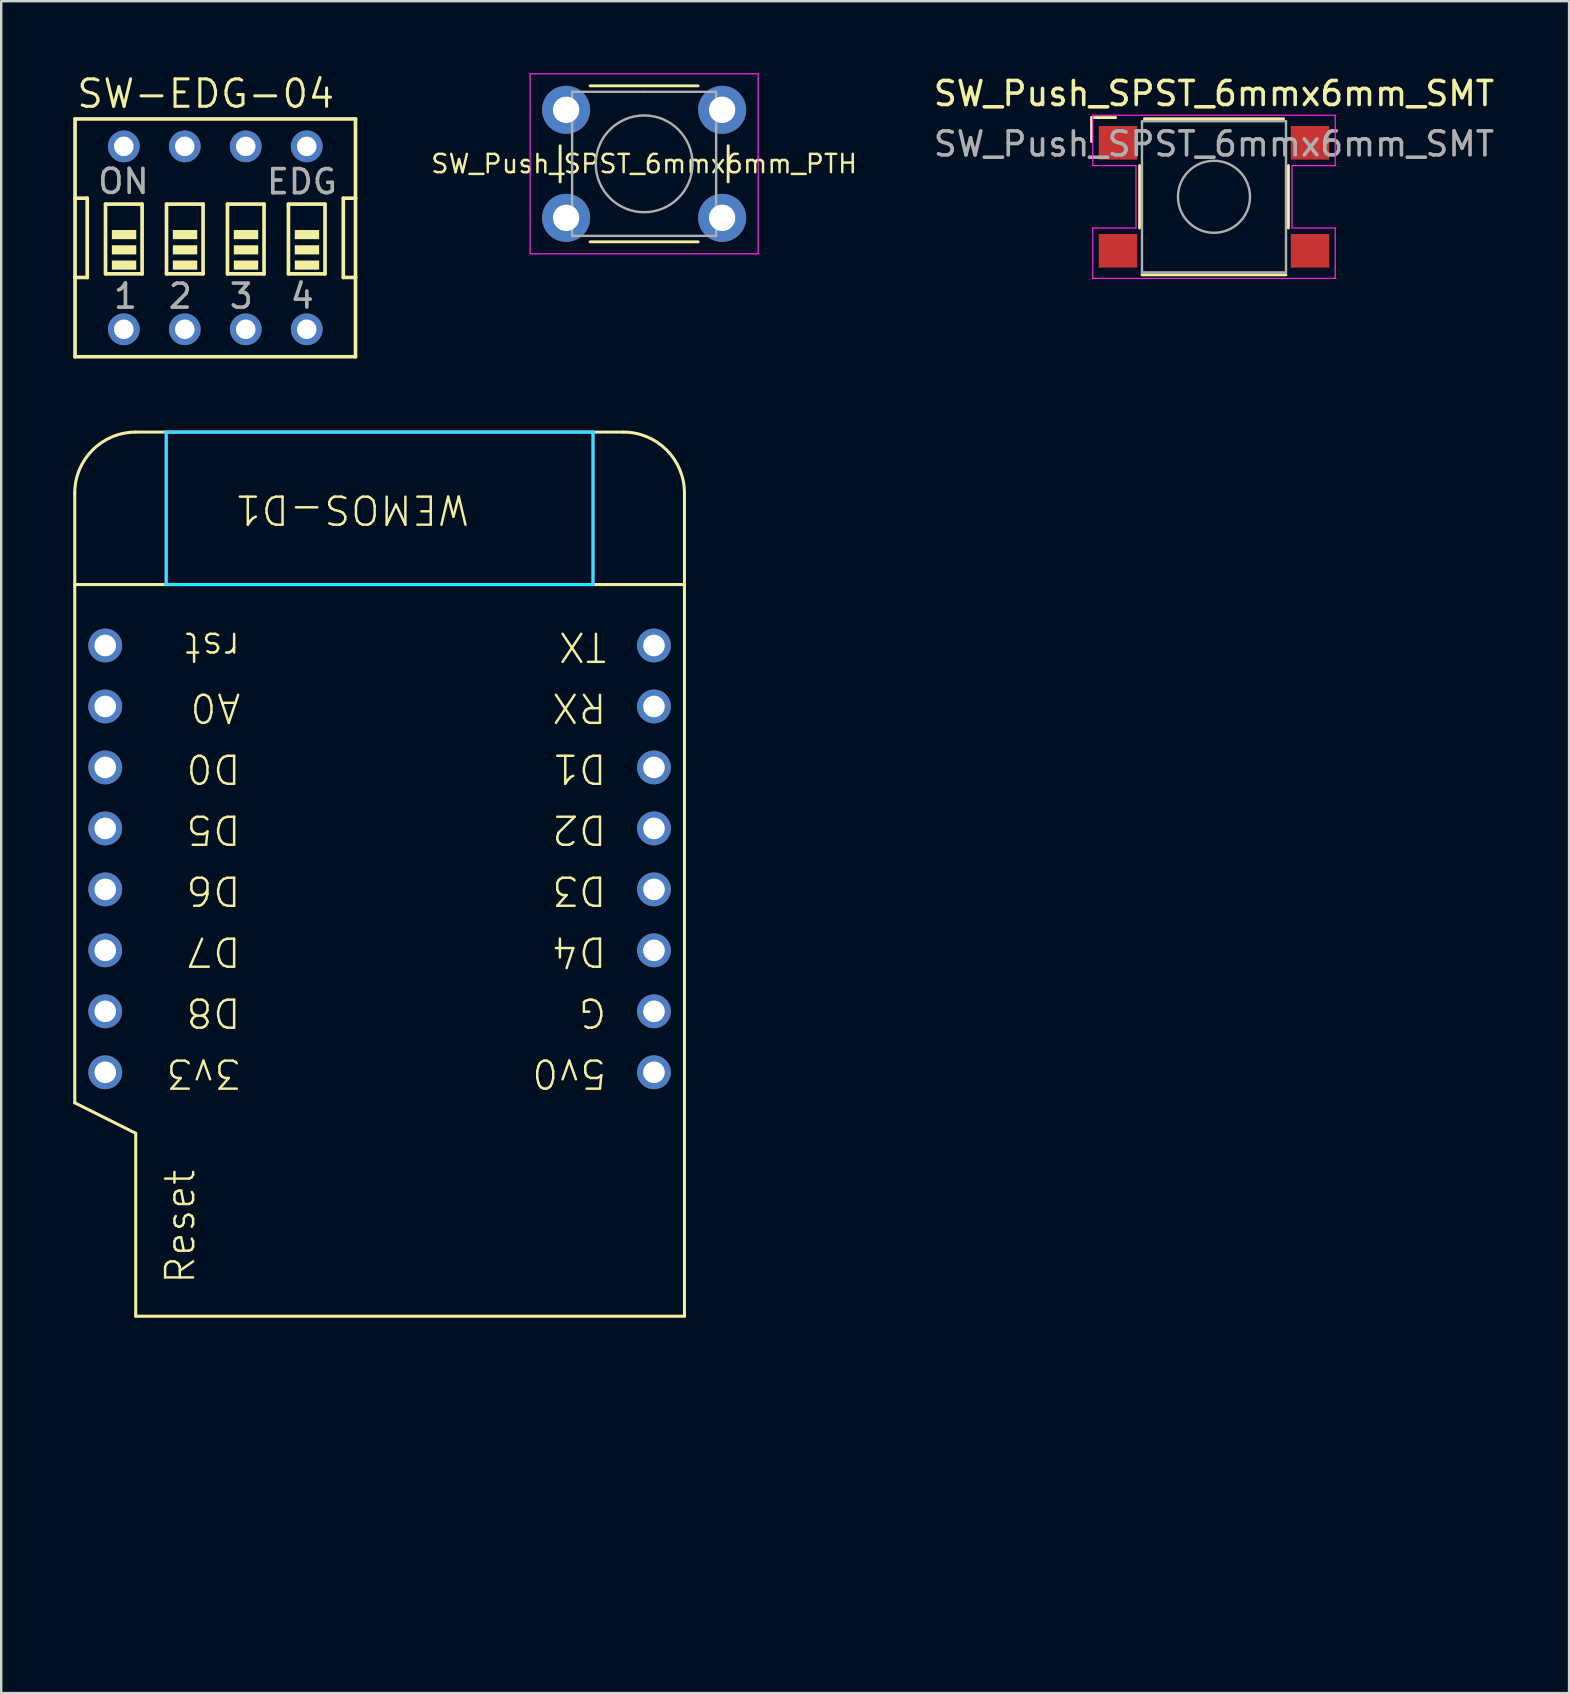
<source format=kicad_pcb>
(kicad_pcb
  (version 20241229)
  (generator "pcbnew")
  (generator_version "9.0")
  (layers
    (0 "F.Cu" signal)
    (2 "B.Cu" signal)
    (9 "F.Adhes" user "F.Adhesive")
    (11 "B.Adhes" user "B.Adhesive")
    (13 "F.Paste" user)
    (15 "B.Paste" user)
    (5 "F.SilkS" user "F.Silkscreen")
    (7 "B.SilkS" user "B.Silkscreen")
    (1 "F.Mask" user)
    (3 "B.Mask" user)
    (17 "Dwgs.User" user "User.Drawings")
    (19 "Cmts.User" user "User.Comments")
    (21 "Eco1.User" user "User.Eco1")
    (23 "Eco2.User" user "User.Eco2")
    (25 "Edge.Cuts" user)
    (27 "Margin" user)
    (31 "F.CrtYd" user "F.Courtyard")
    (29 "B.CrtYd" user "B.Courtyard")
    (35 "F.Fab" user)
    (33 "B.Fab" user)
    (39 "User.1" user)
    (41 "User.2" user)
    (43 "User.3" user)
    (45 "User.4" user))
  (footprint "WEMOS-D1"
    (layer "F.Cu")
    (at 12.764 34.001)
    (property "Reference" "WEMOS-D1" (at 3.81 -16.51 180) (unlocked yes) (layer "F.SilkS") (effects (font (size 1.168 1.168) (thickness 0.102)) (justify left bottom)))
    (fp_line (start -12.7 -16.51) (end -12.7 -12.7) (stroke (width 0.127) (type solid)) (layer "F.SilkS"))
    (fp_line (start -12.7 -12.7) (end -12.7 8.89) (stroke (width 0.127) (type solid)) (layer "F.SilkS"))
    (fp_line (start -12.7 -12.7) (end 12.7 -12.7) (stroke (width 0.127) (type solid)) (layer "F.SilkS"))
    (fp_line (start -12.7 8.89) (end -10.16 10.16) (stroke (width 0.127) (type solid)) (layer "F.SilkS"))
    (fp_line (start -10.16 -19.05) (end 10.16 -19.05) (stroke (width 0.127) (type solid)) (layer "F.SilkS"))
    (fp_line (start -10.16 10.16) (end -10.16 17.78) (stroke (width 0.127) (type solid)) (layer "F.SilkS"))
    (fp_line (start 12.7 -16.51) (end 12.7 -12.7) (stroke (width 0.127) (type solid)) (layer "F.SilkS"))
    (fp_line (start 12.7 -12.7) (end 12.7 17.78) (stroke (width 0.127) (type solid)) (layer "F.SilkS"))
    (fp_line (start 12.7 17.78) (end -10.16 17.78) (stroke (width 0.127) (type solid)) (layer "F.SilkS"))
    (fp_arc (start -12.7 -16.51) (mid -11.956051 -18.306051) (end -10.16 -19.05) (stroke (width 0.127) (type solid)) (layer "F.SilkS"))
    (fp_arc (start 10.16 -19.05) (mid 11.956051 -18.306051) (end 12.7 -16.51) (stroke (width 0.127) (type solid)) (layer "F.SilkS"))
    (fp_line (start -8.89 -19.05) (end -8.89 -12.7) (stroke (width 0.127) (type solid)) (layer "B.CrtYd"))
    (fp_line (start -8.89 -12.7) (end 8.89 -12.7) (stroke (width 0.127) (type solid)) (layer "B.CrtYd"))
    (fp_line (start 8.89 -19.05) (end -8.89 -19.05) (stroke (width 0.127) (type solid)) (layer "B.CrtYd"))
    (fp_line (start 8.89 -12.7) (end 8.89 -19.05) (stroke (width 0.127) (type solid)) (layer "B.CrtYd"))
    (fp_line (start -8.89 -19.05) (end 8.89 -19.05) (stroke (width 0.127) (type solid)) (layer "F.CrtYd"))
    (fp_line (start -8.89 -12.7) (end -8.89 -19.05) (stroke (width 0.127) (type solid)) (layer "F.CrtYd"))
    (fp_line (start 8.89 -19.05) (end 8.89 -12.7) (stroke (width 0.127) (type solid)) (layer "F.CrtYd"))
    (fp_line (start 8.89 -12.7) (end -8.89 -12.7) (stroke (width 0.127) (type solid)) (layer "F.CrtYd"))
    (fp_text user "G" (at 9.525 4.445 180) (unlocked yes) (layer "F.SilkS") (effects (font (size 1.168 1.168) (thickness 0.102)) (justify left bottom)))
    (fp_text user "D0" (at -5.715 -5.715 180) (unlocked yes) (layer "F.SilkS") (effects (font (size 1.168 1.168) (thickness 0.102)) (justify left bottom)))
    (fp_text user "D6" (at -5.715 -0.635 180) (unlocked yes) (layer "F.SilkS") (effects (font (size 1.168 1.168) (thickness 0.102)) (justify left bottom)))
    (fp_text user "D4" (at 9.525 1.905 180) (unlocked yes) (layer "F.SilkS") (effects (font (size 1.168 1.168) (thickness 0.102)) (justify left bottom)))
    (fp_text user "RX" (at 9.525 -8.255 180) (unlocked yes) (layer "F.SilkS") (effects (font (size 1.168 1.168) (thickness 0.102)) (justify left bottom)))
    (fp_text user "3v3" (at -5.715 6.985 180) (unlocked yes) (layer "F.SilkS") (effects (font (size 1.168 1.168) (thickness 0.102)) (justify left bottom)))
    (fp_text user "D8" (at -5.715 4.445 180) (unlocked yes) (layer "F.SilkS") (effects (font (size 1.168 1.168) (thickness 0.102)) (justify left bottom)))
    (fp_text user "TX" (at 9.525 -10.795 180) (unlocked yes) (layer "F.SilkS") (effects (font (size 1.168 1.168) (thickness 0.102)) (justify left bottom)))
    (fp_text user "D2" (at 9.525 -3.175 180) (unlocked yes) (layer "F.SilkS") (effects (font (size 1.168 1.168) (thickness 0.102)) (justify left bottom)))
    (fp_text user "5v0" (at 9.525 6.985 180) (unlocked yes) (layer "F.SilkS") (effects (font (size 1.168 1.168) (thickness 0.102)) (justify left bottom)))
    (fp_text user "D3" (at 9.525 -0.635 180) (unlocked yes) (layer "F.SilkS") (effects (font (size 1.168 1.168) (thickness 0.102)) (justify left bottom)))
    (fp_text user "D7" (at -5.715 1.905 180) (unlocked yes) (layer "F.SilkS") (effects (font (size 1.168 1.168) (thickness 0.102)) (justify left bottom)))
    (fp_text user "Reset" (at -7.62 16.51 90) (unlocked yes) (layer "F.SilkS") (effects (font (size 1.168 1.168) (thickness 0.102)) (justify left bottom)))
    (fp_text user "A0" (at -5.715 -8.255 180) (unlocked yes) (layer "F.SilkS") (effects (font (size 1.168 1.168) (thickness 0.102)) (justify left bottom)))
    (fp_text user "rst" (at -5.715 -10.795 180) (unlocked yes) (layer "F.SilkS") (effects (font (size 1.168 1.168) (thickness 0.102)) (justify left bottom)))
    (fp_text user "D5" (at -5.715 -3.175 180) (unlocked yes) (layer "F.SilkS") (effects (font (size 1.168 1.168) (thickness 0.102)) (justify left bottom)))
    (fp_text user "D1" (at 9.525 -5.715 180) (unlocked yes) (layer "F.SilkS") (effects (font (size 1.168 1.168) (thickness 0.102)) (justify left bottom)))
    (pad "3V3" thru_hole circle (at -11.43 7.62) (size 1.408 1.408) (drill 0.9) (layers "*.Cu" "*.Mask"))
    (pad "5V" thru_hole circle (at 11.43 7.62) (size 1.408 1.408) (drill 0.9) (layers "*.Cu" "*.Mask"))
    (pad "A0" thru_hole circle (at -11.43 -7.62) (size 1.408 1.408) (drill 0.9) (layers "*.Cu" "*.Mask"))
    (pad "D0" thru_hole circle (at -11.43 -5.08) (size 1.408 1.408) (drill 0.9) (layers "*.Cu" "*.Mask"))
    (pad "D1" thru_hole circle (at 11.43 -5.08) (size 1.408 1.408) (drill 0.9) (layers "*.Cu" "*.Mask"))
    (pad "D2" thru_hole circle (at 11.43 -2.54) (size 1.408 1.408) (drill 0.9) (layers "*.Cu" "*.Mask"))
    (pad "D3" thru_hole circle (at 11.43 0) (size 1.408 1.408) (drill 0.9) (layers "*.Cu" "*.Mask"))
    (pad "D4" thru_hole circle (at 11.43 2.54) (size 1.408 1.408) (drill 0.9) (layers "*.Cu" "*.Mask"))
    (pad "D5" thru_hole circle (at -11.43 -2.54) (size 1.408 1.408) (drill 0.9) (layers "*.Cu" "*.Mask"))
    (pad "D6" thru_hole circle (at -11.43 0) (size 1.408 1.408) (drill 0.9) (layers "*.Cu" "*.Mask"))
    (pad "D7" thru_hole circle (at -11.43 2.54) (size 1.408 1.408) (drill 0.9) (layers "*.Cu" "*.Mask"))
    (pad "D8" thru_hole circle (at -11.43 5.08) (size 1.408 1.408) (drill 0.9) (layers "*.Cu" "*.Mask"))
    (pad "GND" thru_hole circle (at 11.43 5.08) (size 1.408 1.408) (drill 0.9) (layers "*.Cu" "*.Mask"))
    (pad "RST" thru_hole circle (at -11.43 -10.16) (size 1.408 1.408) (drill 0.9) (layers "*.Cu" "*.Mask"))
    (pad "RX" thru_hole circle (at 11.43 -7.62) (size 1.408 1.408) (drill 0.9) (layers "*.Cu" "*.Mask"))
    (pad "TX" thru_hole circle (at 11.43 -10.16) (size 1.408 1.408) (drill 0.9) (layers "*.Cu" "*.Mask"))
    (zone (net_name "") (layers "F.Cu" "B.Cu") (hatch edge 0.5) (connect_pads) (min_thickness 0.25) (filled_areas_thickness no) (keepout (tracks allowed) (vias not_allowed) (pads allowed) (copperpour allowed) (footprints allowed)) (placement (enabled no)) (fill) (polygon (pts (xy 10.223 64.481) (xy 19.113 64.481) (xy 19.113 46.701) (xy 10.223 46.701)))))
  (footprint "SW-EDG-04"
    (layer "F.Cu")
    (at 5.918 6.858)
    (property "Reference" "SW-EDG-04" (at -5.842 -5.334 0) (unlocked yes) (layer "F.SilkS") (effects (font (size 1.143 1.143) (thickness 0.127)) (justify left bottom)))
    (fp_line (start -5.842 -4.953) (end -5.842 -1.651) (stroke (width 0.152) (type solid)) (layer "F.SilkS"))
    (fp_line (start -5.842 -1.651) (end -5.842 1.651) (stroke (width 0.152) (type solid)) (layer "F.SilkS"))
    (fp_line (start -5.842 1.651) (end -5.842 4.953) (stroke (width 0.152) (type solid)) (layer "F.SilkS"))
    (fp_line (start -5.842 1.651) (end -5.334 1.651) (stroke (width 0.152) (type solid)) (layer "F.SilkS"))
    (fp_line (start -5.842 4.953) (end 5.842 4.953) (stroke (width 0.152) (type solid)) (layer "F.SilkS"))
    (fp_line (start -5.334 -1.651) (end -5.842 -1.651) (stroke (width 0.152) (type solid)) (layer "F.SilkS"))
    (fp_line (start -5.334 1.651) (end -5.334 -1.651) (stroke (width 0.152) (type solid)) (layer "F.SilkS"))
    (fp_line (start -4.572 -1.405) (end -4.572 1.5) (stroke (width 0.152) (type solid)) (layer "F.SilkS"))
    (fp_line (start -4.572 -1.405) (end -3.048 -1.405) (stroke (width 0.152) (type solid)) (layer "F.SilkS"))
    (fp_line (start -3.048 1.5) (end -3.048 -1.405) (stroke (width 0.152) (type solid)) (layer "F.SilkS"))
    (fp_line (start -3.044 1.5) (end -4.568 1.5) (stroke (width 0.152) (type solid)) (layer "F.SilkS"))
    (fp_line (start -2.032 -1.405) (end -2.032 1.5) (stroke (width 0.152) (type solid)) (layer "F.SilkS"))
    (fp_line (start -2.032 -1.405) (end -0.508 -1.405) (stroke (width 0.152) (type solid)) (layer "F.SilkS"))
    (fp_line (start -0.508 1.5) (end -0.508 -1.405) (stroke (width 0.152) (type solid)) (layer "F.SilkS"))
    (fp_line (start -0.504 1.5) (end -2.028 1.5) (stroke (width 0.152) (type solid)) (layer "F.SilkS"))
    (fp_line (start 0.508 -1.405) (end 0.508 1.5) (stroke (width 0.152) (type solid)) (layer "F.SilkS"))
    (fp_line (start 0.508 -1.405) (end 2.032 -1.405) (stroke (width 0.152) (type solid)) (layer "F.SilkS"))
    (fp_line (start 2.032 1.5) (end 2.032 -1.405) (stroke (width 0.152) (type solid)) (layer "F.SilkS"))
    (fp_line (start 2.036 1.5) (end 0.512 1.5) (stroke (width 0.152) (type solid)) (layer "F.SilkS"))
    (fp_line (start 3.048 -1.405) (end 3.048 1.5) (stroke (width 0.152) (type solid)) (layer "F.SilkS"))
    (fp_line (start 3.048 -1.405) (end 4.572 -1.405) (stroke (width 0.152) (type solid)) (layer "F.SilkS"))
    (fp_line (start 4.572 1.5) (end 4.572 -1.405) (stroke (width 0.152) (type solid)) (layer "F.SilkS"))
    (fp_line (start 4.576 1.5) (end 3.052 1.5) (stroke (width 0.152) (type solid)) (layer "F.SilkS"))
    (fp_line (start 5.334 -1.651) (end 5.334 1.651) (stroke (width 0.152) (type solid)) (layer "F.SilkS"))
    (fp_line (start 5.334 1.651) (end 5.842 1.651) (stroke (width 0.152) (type solid)) (layer "F.SilkS"))
    (fp_line (start 5.842 -4.953) (end -5.842 -4.953) (stroke (width 0.152) (type solid)) (layer "F.SilkS"))
    (fp_line (start 5.842 -1.651) (end 5.334 -1.651) (stroke (width 0.152) (type solid)) (layer "F.SilkS"))
    (fp_line (start 5.842 -1.651) (end 5.842 -4.953) (stroke (width 0.152) (type solid)) (layer "F.SilkS"))
    (fp_line (start 5.842 1.651) (end 5.842 -1.651) (stroke (width 0.152) (type solid)) (layer "F.SilkS"))
    (fp_line (start 5.842 4.953) (end 5.842 1.651) (stroke (width 0.152) (type solid)) (layer "F.SilkS"))
    (fp_poly (pts (xy -4.308 0.056) (xy -3.292 0.056) (xy -3.292 -0.325) (xy -4.308 -0.325)) (stroke (width 0) (type default)) (fill yes) (layer "F.SilkS"))
    (fp_poly (pts (xy -4.308 0.691) (xy -3.292 0.691) (xy -3.292 0.31) (xy -4.308 0.31)) (stroke (width 0) (type default)) (fill yes) (layer "F.SilkS"))
    (fp_poly (pts (xy -4.308 1.326) (xy -3.292 1.326) (xy -3.292 0.945) (xy -4.308 0.945)) (stroke (width 0) (type default)) (fill yes) (layer "F.SilkS"))
    (fp_poly (pts (xy -1.768 0.056) (xy -0.752 0.056) (xy -0.752 -0.325) (xy -1.768 -0.325)) (stroke (width 0) (type default)) (fill yes) (layer "F.SilkS"))
    (fp_poly (pts (xy -1.768 0.691) (xy -0.752 0.691) (xy -0.752 0.31) (xy -1.768 0.31)) (stroke (width 0) (type default)) (fill yes) (layer "F.SilkS"))
    (fp_poly (pts (xy -1.768 1.326) (xy -0.752 1.326) (xy -0.752 0.945) (xy -1.768 0.945)) (stroke (width 0) (type default)) (fill yes) (layer "F.SilkS"))
    (fp_poly (pts (xy 0.772 0.056) (xy 1.788 0.056) (xy 1.788 -0.325) (xy 0.772 -0.325)) (stroke (width 0) (type default)) (fill yes) (layer "F.SilkS"))
    (fp_poly (pts (xy 0.772 0.691) (xy 1.788 0.691) (xy 1.788 0.31) (xy 0.772 0.31)) (stroke (width 0) (type default)) (fill yes) (layer "F.SilkS"))
    (fp_poly (pts (xy 0.772 1.326) (xy 1.788 1.326) (xy 1.788 0.945) (xy 0.772 0.945)) (stroke (width 0) (type default)) (fill yes) (layer "F.SilkS"))
    (fp_poly (pts (xy 3.312 0.056) (xy 4.328 0.056) (xy 4.328 -0.325) (xy 3.312 -0.325)) (stroke (width 0) (type default)) (fill yes) (layer "F.SilkS"))
    (fp_poly (pts (xy 3.312 0.691) (xy 4.328 0.691) (xy 4.328 0.31) (xy 3.312 0.31)) (stroke (width 0) (type default)) (fill yes) (layer "F.SilkS"))
    (fp_poly (pts (xy 3.312 1.326) (xy 4.328 1.326) (xy 4.328 0.945) (xy 3.312 0.945)) (stroke (width 0) (type default)) (fill yes) (layer "F.SilkS"))
    (fp_text user "ON" (at -4.972 -1.766 0) (unlocked yes) (layer "F.Fab") (effects (font (size 1 1) (thickness 0.152)) (justify left bottom)))
    (fp_text user "1" (at -4.319 3.015 0) (unlocked yes) (layer "F.Fab") (effects (font (size 1 1) (thickness 0.152)) (justify left bottom)))
    (fp_text user "4" (at 3.047 3.015 0) (unlocked yes) (layer "F.Fab") (effects (font (size 1 1) (thickness 0.152)) (justify left bottom)))
    (fp_text user "3" (at 0.507 3.015 0) (unlocked yes) (layer "F.Fab") (effects (font (size 1 1) (thickness 0.152)) (justify left bottom)))
    (fp_text user "2" (at -2.033 3.015 0) (unlocked yes) (layer "F.Fab") (effects (font (size 1 1) (thickness 0.152)) (justify left bottom)))
    (fp_text user "EDG" (at 2.059 -1.753 0) (unlocked yes) (layer "F.Fab") (effects (font (size 1 1) (thickness 0.152)) (justify left bottom)))
    (pad "1" thru_hole circle (at -3.81 3.81 90) (size 1.321 1.321) (drill 0.813) (layers "*.Cu" "*.Mask"))
    (pad "2" thru_hole circle (at -1.27 3.81 90) (size 1.321 1.321) (drill 0.813) (layers "*.Cu" "*.Mask"))
    (pad "3" thru_hole circle (at 1.27 3.81 90) (size 1.321 1.321) (drill 0.813) (layers "*.Cu" "*.Mask"))
    (pad "4" thru_hole circle (at 3.81 3.81 90) (size 1.321 1.321) (drill 0.813) (layers "*.Cu" "*.Mask"))
    (pad "5" thru_hole circle (at 3.81 -3.81 90) (size 1.321 1.321) (drill 0.813) (layers "*.Cu" "*.Mask"))
    (pad "6" thru_hole circle (at 1.27 -3.81 90) (size 1.321 1.321) (drill 0.813) (layers "*.Cu" "*.Mask"))
    (pad "7" thru_hole circle (at -1.27 -3.81 90) (size 1.321 1.321) (drill 0.813) (layers "*.Cu" "*.Mask"))
    (pad "8" thru_hole circle (at -3.81 -3.81 90) (size 1.321 1.321) (drill 0.813) (layers "*.Cu" "*.Mask")))
  (footprint "SW_Push_SPST_6mmx6mm_SMT"
    (layer "F.Cu")
    (at 47.524 5.148)
    (property "Reference" "SW_Push_SPST_6mmx6mm_SMT" (at 0 -4.3 0) (layer "F.SilkS") (effects (font (size 1 1) (thickness 0.15))))
    (attr smd)
    (fp_line (start -5.1 -3.3) (end -4.1 -3.3) (stroke (width 0.12) (type solid)) (layer "F.SilkS"))
    (fp_line (start -5.1 -2.3) (end -5.1 -3.3) (stroke (width 0.12) (type solid)) (layer "F.SilkS"))
    (fp_line (start -3.1 -1.3) (end -3.1 1.3) (stroke (width 0.12) (type solid)) (layer "F.SilkS"))
    (fp_line (start 2.9 -3.25) (end -2.9 -3.25) (stroke (width 0.12) (type solid)) (layer "F.SilkS"))
    (fp_line (start 3 3.25) (end -3 3.25) (stroke (width 0.12) (type solid)) (layer "F.SilkS"))
    (fp_line (start 3.1 -1.3) (end 3.1 1.3) (stroke (width 0.12) (type solid)) (layer "F.SilkS"))
    (fp_line (start -5.05 -3.4) (end 5.05 -3.4) (stroke (width 0.05) (type solid)) (layer "F.CrtYd"))
    (fp_line (start -5.05 -1.3) (end -5.05 -3.4) (stroke (width 0.05) (type solid)) (layer "F.CrtYd"))
    (fp_line (start -5.05 1.3) (end -3.25 1.3) (stroke (width 0.05) (type solid)) (layer "F.CrtYd"))
    (fp_line (start -5.05 3.4) (end -5.05 1.3) (stroke (width 0.05) (type solid)) (layer "F.CrtYd"))
    (fp_line (start -3.25 -1.3) (end -5.05 -1.3) (stroke (width 0.05) (type solid)) (layer "F.CrtYd"))
    (fp_line (start -3.25 1.3) (end -3.25 -1.3) (stroke (width 0.05) (type solid)) (layer "F.CrtYd"))
    (fp_line (start 3.25 -1.3) (end 3.25 1.3) (stroke (width 0.05) (type solid)) (layer "F.CrtYd"))
    (fp_line (start 3.25 1.3) (end 5.05 1.3) (stroke (width 0.05) (type solid)) (layer "F.CrtYd"))
    (fp_line (start 5.05 -3.4) (end 5.05 -1.3) (stroke (width 0.05) (type solid)) (layer "F.CrtYd"))
    (fp_line (start 5.05 -1.3) (end 3.25 -1.3) (stroke (width 0.05) (type solid)) (layer "F.CrtYd"))
    (fp_line (start 5.05 1.3) (end 5.05 3.4) (stroke (width 0.05) (type solid)) (layer "F.CrtYd"))
    (fp_line (start 5.05 3.4) (end -5.05 3.4) (stroke (width 0.05) (type solid)) (layer "F.CrtYd"))
    (fp_line (start -3 -3.15) (end 3 -3.15) (stroke (width 0.1) (type solid)) (layer "F.Fab"))
    (fp_line (start -3 3.15) (end -3 -3.15) (stroke (width 0.1) (type solid)) (layer "F.Fab"))
    (fp_line (start 3 -3.15) (end 3 3.15) (stroke (width 0.1) (type solid)) (layer "F.Fab"))
    (fp_line (start 3 3.15) (end -3 3.15) (stroke (width 0.1) (type solid)) (layer "F.Fab"))
    (fp_circle (center 0 0) (end 1.5 0) (stroke (width 0.1) (type solid)) (fill no) (layer "F.Fab"))
    (fp_text user "${REFERENCE}" (at 0 -2.2 0) (layer "F.Fab") (effects (font (size 1 1) (thickness 0.15))))
    (pad "1" smd rect (at -4 -2.25 180) (size 1.6 1.4) (layers "F.Cu" "F.Mask" "F.Paste"))
    (pad "1" smd rect (at 4 -2.25 180) (size 1.6 1.4) (layers "F.Cu" "F.Mask" "F.Paste"))
    (pad "2" smd rect (at -4 2.25 180) (size 1.6 1.4) (layers "F.Cu" "F.Mask" "F.Paste"))
    (pad "2" smd rect (at 4 2.25 180) (size 1.6 1.4) (layers "F.Cu" "F.Mask" "F.Paste")))
  (footprint "SW_Push_SPST_6mmx6mm_PTH"
    (layer "F.Cu")
    (at 23.784 3.775)
    (property "Reference" "SW_Push_SPST_6mmx6mm_PTH" (at 0 0 0) (layer "F.SilkS") (effects (font (size 0.762 0.762) (thickness 0.102))))
    (attr through_hole)
    (fp_line (start -3.5 -0.75) (end -3.5 0.75) (stroke (width 0.12) (type solid)) (layer "F.SilkS"))
    (fp_line (start -2.25 3.25) (end 2.25 3.25) (stroke (width 0.12) (type solid)) (layer "F.SilkS"))
    (fp_line (start 2.25 -3.25) (end -2.25 -3.25) (stroke (width 0.12) (type solid)) (layer "F.SilkS"))
    (fp_line (start 3.5 0.75) (end 3.5 -0.75) (stroke (width 0.12) (type solid)) (layer "F.SilkS"))
    (fp_line (start -4.75 -3.75) (end -4.5 -3.75) (stroke (width 0.05) (type solid)) (layer "F.CrtYd"))
    (fp_line (start -4.75 -3.5) (end -4.75 -3.75) (stroke (width 0.05) (type solid)) (layer "F.CrtYd"))
    (fp_line (start -4.75 3.5) (end -4.75 -3.5) (stroke (width 0.05) (type solid)) (layer "F.CrtYd"))
    (fp_line (start -4.75 3.5) (end -4.75 3.75) (stroke (width 0.05) (type solid)) (layer "F.CrtYd"))
    (fp_line (start -4.75 3.75) (end -4.5 3.75) (stroke (width 0.05) (type solid)) (layer "F.CrtYd"))
    (fp_line (start -4.5 -3.75) (end 4.5 -3.75) (stroke (width 0.05) (type solid)) (layer "F.CrtYd"))
    (fp_line (start 4.5 -3.75) (end 4.75 -3.75) (stroke (width 0.05) (type solid)) (layer "F.CrtYd"))
    (fp_line (start 4.5 3.75) (end -4.5 3.75) (stroke (width 0.05) (type solid)) (layer "F.CrtYd"))
    (fp_line (start 4.5 3.75) (end 4.75 3.75) (stroke (width 0.05) (type solid)) (layer "F.CrtYd"))
    (fp_line (start 4.75 -3.75) (end 4.75 -3.5) (stroke (width 0.05) (type solid)) (layer "F.CrtYd"))
    (fp_line (start 4.75 -3.5) (end 4.75 3.5) (stroke (width 0.05) (type solid)) (layer "F.CrtYd"))
    (fp_line (start 4.75 3.75) (end 4.75 3.5) (stroke (width 0.05) (type solid)) (layer "F.CrtYd"))
    (fp_line (start -3 -3) (end 0 -3) (stroke (width 0.1) (type solid)) (layer "F.Fab"))
    (fp_line (start -3 3) (end -3 -3) (stroke (width 0.1) (type solid)) (layer "F.Fab"))
    (fp_line (start 0 -3) (end 3 -3) (stroke (width 0.1) (type solid)) (layer "F.Fab"))
    (fp_line (start 3 -3) (end 3 3) (stroke (width 0.1) (type solid)) (layer "F.Fab"))
    (fp_line (start 3 3) (end -3 3) (stroke (width 0.1) (type solid)) (layer "F.Fab"))
    (fp_circle (center 0 0) (end -2 0.25) (stroke (width 0.1) (type solid)) (fill no) (layer "F.Fab"))
    (pad "1" thru_hole circle (at -3.25 -2.25 90) (size 2 2) (drill 1.1) (layers "*.Cu" "*.Mask"))
    (pad "1" thru_hole circle (at 3.25 -2.25 90) (size 2 2) (drill 1.1) (layers "*.Cu" "*.Mask"))
    (pad "2" thru_hole circle (at -3.25 2.25 90) (size 2 2) (drill 1.1) (layers "*.Cu" "*.Mask"))
    (pad "2" thru_hole circle (at 3.25 2.25 90) (size 2 2) (drill 1.1) (layers "*.Cu" "*.Mask")))
  (gr_rect
    (start -3 -3)
    (end 62.316 67.481)
    (stroke (width 0.1) (type default))
    (fill no)
    (layer "Edge.Cuts")))
</source>
